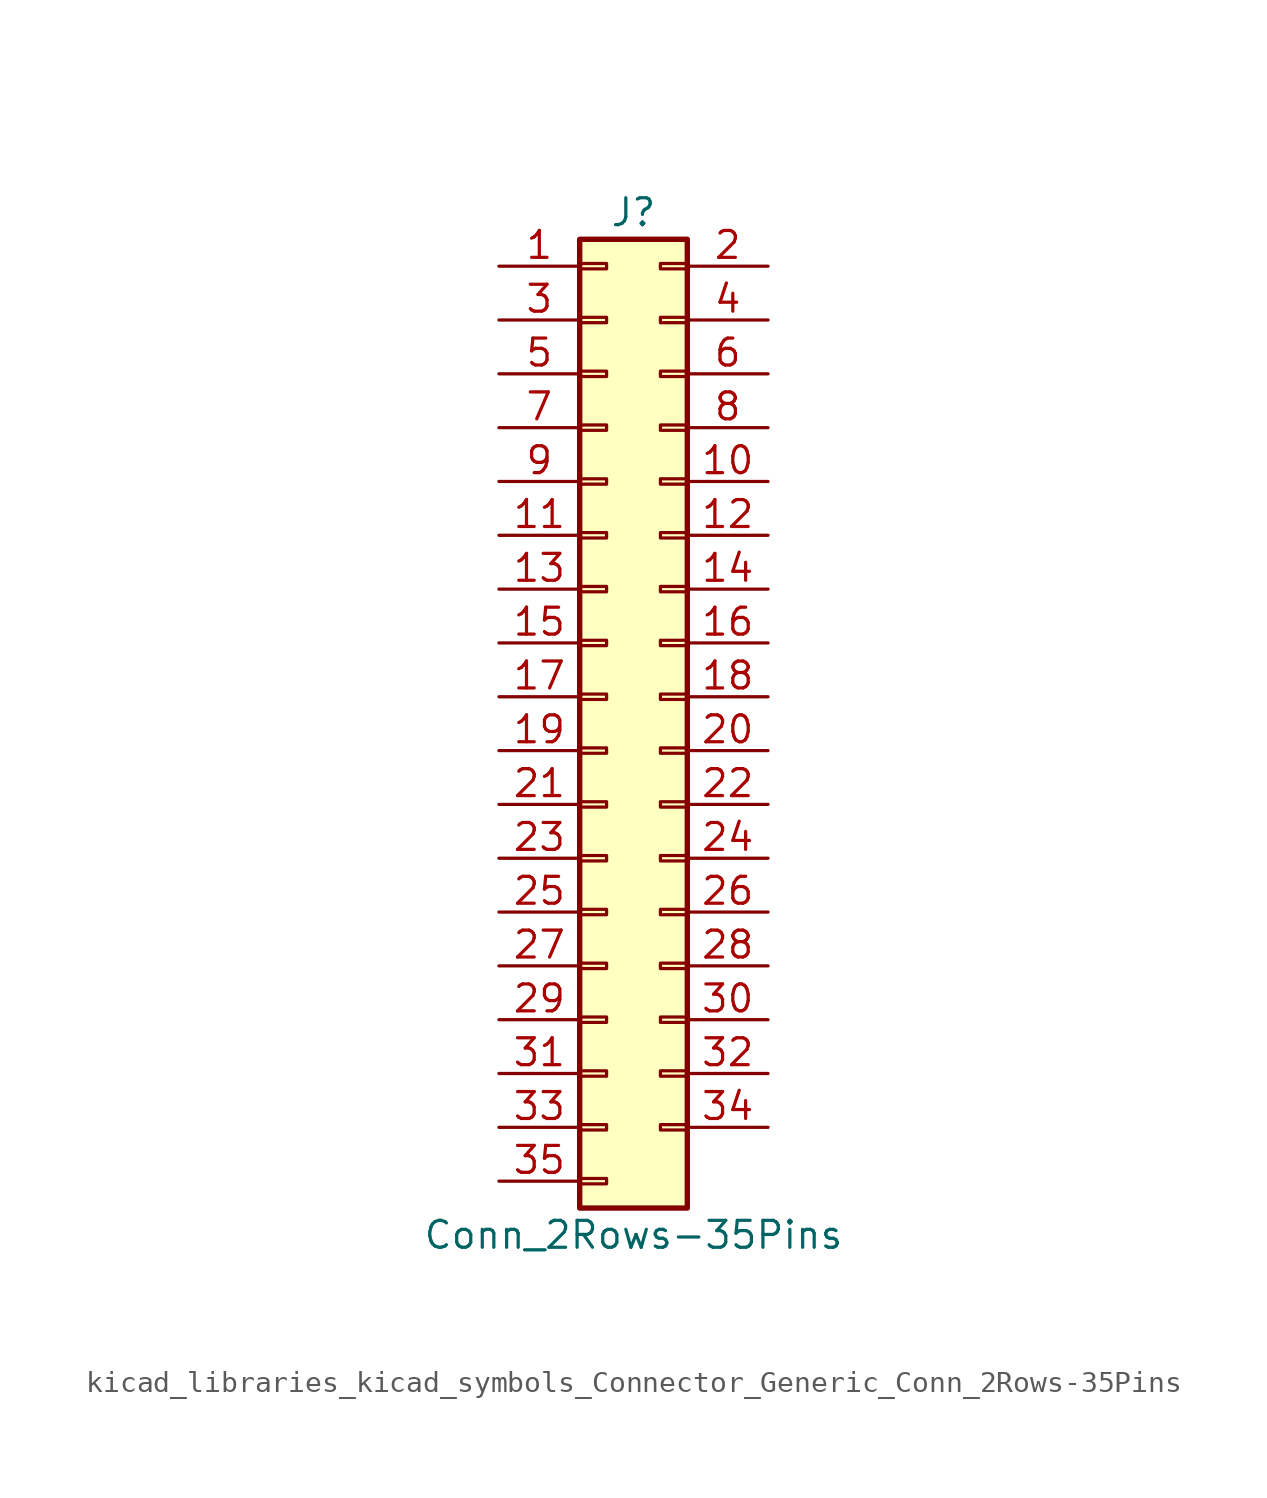
<source format=kicad_sym>
(kicad_symbol_lib
  (version 20220914)
  (generator kicad_symbol_editor)
  (symbol "kicad_libraries_kicad_symbols_Connector_Generic_Conn_2Rows-35Pins"
    (pin_names
      (offset 1.016) hide)
    (property "Reference" "J"
      (at 1.27 22.86 0)
      (effects (font (size 1.27 1.27))))
    (property "Value" "Conn_2Rows-35Pins"
      (at 1.27 -25.4 0)
      (effects (font (size 1.27 1.27))))
    (symbol "kicad_libraries_kicad_symbols_Connector_Generic_Conn_2Rows-35Pins_1_1"
      (rectangle (start -1.27 -22.733) (end 0 -22.987) (stroke (width 0.152) (type default)) (fill (type none)))
      (rectangle (start -1.27 -20.193) (end 0 -20.447) (stroke (width 0.152) (type default)) (fill (type none)))
      (rectangle (start -1.27 -17.653) (end 0 -17.907) (stroke (width 0.152) (type default)) (fill (type none)))
      (rectangle (start -1.27 -15.113) (end 0 -15.367) (stroke (width 0.152) (type default)) (fill (type none)))
      (rectangle (start -1.27 -12.573) (end 0 -12.827) (stroke (width 0.152) (type default)) (fill (type none)))
      (rectangle (start -1.27 -10.033) (end 0 -10.287) (stroke (width 0.152) (type default)) (fill (type none)))
      (rectangle (start -1.27 -7.493) (end 0 -7.747) (stroke (width 0.152) (type default)) (fill (type none)))
      (rectangle (start -1.27 -4.953) (end 0 -5.207) (stroke (width 0.152) (type default)) (fill (type none)))
      (rectangle (start -1.27 -2.413) (end 0 -2.667) (stroke (width 0.152) (type default)) (fill (type none)))
      (rectangle (start -1.27 0.127) (end 0 -0.127) (stroke (width 0.152) (type default)) (fill (type none)))
      (rectangle (start -1.27 2.667) (end 0 2.413) (stroke (width 0.152) (type default)) (fill (type none)))
      (rectangle (start -1.27 5.207) (end 0 4.953) (stroke (width 0.152) (type default)) (fill (type none)))
      (rectangle (start -1.27 7.747) (end 0 7.493) (stroke (width 0.152) (type default)) (fill (type none)))
      (rectangle (start -1.27 10.287) (end 0 10.033) (stroke (width 0.152) (type default)) (fill (type none)))
      (rectangle (start -1.27 12.827) (end 0 12.573) (stroke (width 0.152) (type default)) (fill (type none)))
      (rectangle (start -1.27 15.367) (end 0 15.113) (stroke (width 0.152) (type default)) (fill (type none)))
      (rectangle (start -1.27 17.907) (end 0 17.653) (stroke (width 0.152) (type default)) (fill (type none)))
      (rectangle (start -1.27 20.447) (end 0 20.193) (stroke (width 0.152) (type default)) (fill (type none)))
      (rectangle (start -1.27 21.59) (end 3.81 -24.13) (stroke (width 0.254) (type default)) (fill (type background)))
      (rectangle (start 3.81 -20.193) (end 2.54 -20.447) (stroke (width 0.152) (type default)) (fill (type none)))
      (rectangle (start 3.81 -17.653) (end 2.54 -17.907) (stroke (width 0.152) (type default)) (fill (type none)))
      (rectangle (start 3.81 -15.113) (end 2.54 -15.367) (stroke (width 0.152) (type default)) (fill (type none)))
      (rectangle (start 3.81 -12.573) (end 2.54 -12.827) (stroke (width 0.152) (type default)) (fill (type none)))
      (rectangle (start 3.81 -10.033) (end 2.54 -10.287) (stroke (width 0.152) (type default)) (fill (type none)))
      (rectangle (start 3.81 -7.493) (end 2.54 -7.747) (stroke (width 0.152) (type default)) (fill (type none)))
      (rectangle (start 3.81 -4.953) (end 2.54 -5.207) (stroke (width 0.152) (type default)) (fill (type none)))
      (rectangle (start 3.81 -2.413) (end 2.54 -2.667) (stroke (width 0.152) (type default)) (fill (type none)))
      (rectangle (start 3.81 0.127) (end 2.54 -0.127) (stroke (width 0.152) (type default)) (fill (type none)))
      (rectangle (start 3.81 2.667) (end 2.54 2.413) (stroke (width 0.152) (type default)) (fill (type none)))
      (rectangle (start 3.81 5.207) (end 2.54 4.953) (stroke (width 0.152) (type default)) (fill (type none)))
      (rectangle (start 3.81 7.747) (end 2.54 7.493) (stroke (width 0.152) (type default)) (fill (type none)))
      (rectangle (start 3.81 10.287) (end 2.54 10.033) (stroke (width 0.152) (type default)) (fill (type none)))
      (rectangle (start 3.81 12.827) (end 2.54 12.573) (stroke (width 0.152) (type default)) (fill (type none)))
      (rectangle (start 3.81 15.367) (end 2.54 15.113) (stroke (width 0.152) (type default)) (fill (type none)))
      (rectangle (start 3.81 17.907) (end 2.54 17.653) (stroke (width 0.152) (type default)) (fill (type none)))
      (rectangle (start 3.81 20.447) (end 2.54 20.193) (stroke (width 0.152) (type default)) (fill (type none)))
      (pin passive line (at -5.08 20.32 0) (length 3.81) (name "Pin_1" (effects (font (size 1.27 1.27)))) (number "1" (effects (font (size 1.27 1.27)))))
      (pin passive line (at 7.62 10.16 180) (length 3.81) (name "Pin_10" (effects (font (size 1.27 1.27)))) (number "10" (effects (font (size 1.27 1.27)))))
      (pin passive line (at -5.08 7.62 0) (length 3.81) (name "Pin_11" (effects (font (size 1.27 1.27)))) (number "11" (effects (font (size 1.27 1.27)))))
      (pin passive line (at 7.62 7.62 180) (length 3.81) (name "Pin_12" (effects (font (size 1.27 1.27)))) (number "12" (effects (font (size 1.27 1.27)))))
      (pin passive line (at -5.08 5.08 0) (length 3.81) (name "Pin_13" (effects (font (size 1.27 1.27)))) (number "13" (effects (font (size 1.27 1.27)))))
      (pin passive line (at 7.62 5.08 180) (length 3.81) (name "Pin_14" (effects (font (size 1.27 1.27)))) (number "14" (effects (font (size 1.27 1.27)))))
      (pin passive line (at -5.08 2.54 0) (length 3.81) (name "Pin_15" (effects (font (size 1.27 1.27)))) (number "15" (effects (font (size 1.27 1.27)))))
      (pin passive line (at 7.62 2.54 180) (length 3.81) (name "Pin_16" (effects (font (size 1.27 1.27)))) (number "16" (effects (font (size 1.27 1.27)))))
      (pin passive line (at -5.08 0 0) (length 3.81) (name "Pin_17" (effects (font (size 1.27 1.27)))) (number "17" (effects (font (size 1.27 1.27)))))
      (pin passive line (at 7.62 0 180) (length 3.81) (name "Pin_18" (effects (font (size 1.27 1.27)))) (number "18" (effects (font (size 1.27 1.27)))))
      (pin passive line (at -5.08 -2.54 0) (length 3.81) (name "Pin_19" (effects (font (size 1.27 1.27)))) (number "19" (effects (font (size 1.27 1.27)))))
      (pin passive line (at 7.62 20.32 180) (length 3.81) (name "Pin_2" (effects (font (size 1.27 1.27)))) (number "2" (effects (font (size 1.27 1.27)))))
      (pin passive line (at 7.62 -2.54 180) (length 3.81) (name "Pin_20" (effects (font (size 1.27 1.27)))) (number "20" (effects (font (size 1.27 1.27)))))
      (pin passive line (at -5.08 -5.08 0) (length 3.81) (name "Pin_21" (effects (font (size 1.27 1.27)))) (number "21" (effects (font (size 1.27 1.27)))))
      (pin passive line (at 7.62 -5.08 180) (length 3.81) (name "Pin_22" (effects (font (size 1.27 1.27)))) (number "22" (effects (font (size 1.27 1.27)))))
      (pin passive line (at -5.08 -7.62 0) (length 3.81) (name "Pin_23" (effects (font (size 1.27 1.27)))) (number "23" (effects (font (size 1.27 1.27)))))
      (pin passive line (at 7.62 -7.62 180) (length 3.81) (name "Pin_24" (effects (font (size 1.27 1.27)))) (number "24" (effects (font (size 1.27 1.27)))))
      (pin passive line (at -5.08 -10.16 0) (length 3.81) (name "Pin_25" (effects (font (size 1.27 1.27)))) (number "25" (effects (font (size 1.27 1.27)))))
      (pin passive line (at 7.62 -10.16 180) (length 3.81) (name "Pin_26" (effects (font (size 1.27 1.27)))) (number "26" (effects (font (size 1.27 1.27)))))
      (pin passive line (at -5.08 -12.7 0) (length 3.81) (name "Pin_27" (effects (font (size 1.27 1.27)))) (number "27" (effects (font (size 1.27 1.27)))))
      (pin passive line (at 7.62 -12.7 180) (length 3.81) (name "Pin_28" (effects (font (size 1.27 1.27)))) (number "28" (effects (font (size 1.27 1.27)))))
      (pin passive line (at -5.08 -15.24 0) (length 3.81) (name "Pin_29" (effects (font (size 1.27 1.27)))) (number "29" (effects (font (size 1.27 1.27)))))
      (pin passive line (at -5.08 17.78 0) (length 3.81) (name "Pin_3" (effects (font (size 1.27 1.27)))) (number "3" (effects (font (size 1.27 1.27)))))
      (pin passive line (at 7.62 -15.24 180) (length 3.81) (name "Pin_30" (effects (font (size 1.27 1.27)))) (number "30" (effects (font (size 1.27 1.27)))))
      (pin passive line (at -5.08 -17.78 0) (length 3.81) (name "Pin_31" (effects (font (size 1.27 1.27)))) (number "31" (effects (font (size 1.27 1.27)))))
      (pin passive line (at 7.62 -17.78 180) (length 3.81) (name "Pin_32" (effects (font (size 1.27 1.27)))) (number "32" (effects (font (size 1.27 1.27)))))
      (pin passive line (at -5.08 -20.32 0) (length 3.81) (name "Pin_33" (effects (font (size 1.27 1.27)))) (number "33" (effects (font (size 1.27 1.27)))))
      (pin passive line (at 7.62 -20.32 180) (length 3.81) (name "Pin_34" (effects (font (size 1.27 1.27)))) (number "34" (effects (font (size 1.27 1.27)))))
      (pin passive line (at -5.08 -22.86 0) (length 3.81) (name "Pin_35" (effects (font (size 1.27 1.27)))) (number "35" (effects (font (size 1.27 1.27)))))
      (pin passive line (at 7.62 17.78 180) (length 3.81) (name "Pin_4" (effects (font (size 1.27 1.27)))) (number "4" (effects (font (size 1.27 1.27)))))
      (pin passive line (at -5.08 15.24 0) (length 3.81) (name "Pin_5" (effects (font (size 1.27 1.27)))) (number "5" (effects (font (size 1.27 1.27)))))
      (pin passive line (at 7.62 15.24 180) (length 3.81) (name "Pin_6" (effects (font (size 1.27 1.27)))) (number "6" (effects (font (size 1.27 1.27)))))
      (pin passive line (at -5.08 12.7 0) (length 3.81) (name "Pin_7" (effects (font (size 1.27 1.27)))) (number "7" (effects (font (size 1.27 1.27)))))
      (pin passive line (at 7.62 12.7 180) (length 3.81) (name "Pin_8" (effects (font (size 1.27 1.27)))) (number "8" (effects (font (size 1.27 1.27)))))
      (pin passive line (at -5.08 10.16 0) (length 3.81) (name "Pin_9" (effects (font (size 1.27 1.27)))) (number "9" (effects (font (size 1.27 1.27))))))))
</source>
